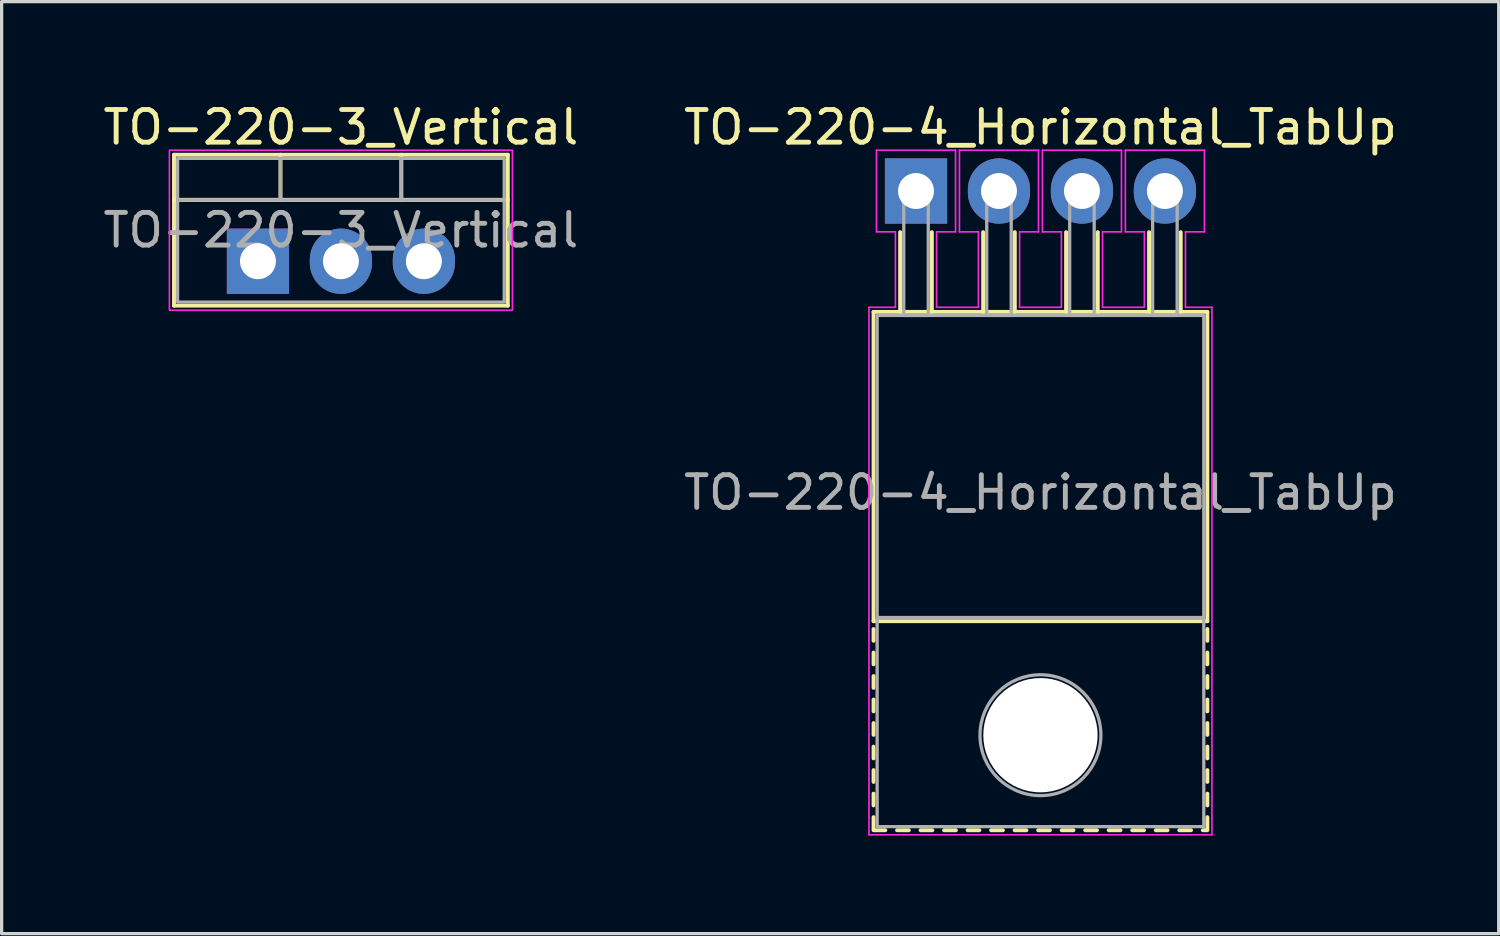
<source format=kicad_pcb>
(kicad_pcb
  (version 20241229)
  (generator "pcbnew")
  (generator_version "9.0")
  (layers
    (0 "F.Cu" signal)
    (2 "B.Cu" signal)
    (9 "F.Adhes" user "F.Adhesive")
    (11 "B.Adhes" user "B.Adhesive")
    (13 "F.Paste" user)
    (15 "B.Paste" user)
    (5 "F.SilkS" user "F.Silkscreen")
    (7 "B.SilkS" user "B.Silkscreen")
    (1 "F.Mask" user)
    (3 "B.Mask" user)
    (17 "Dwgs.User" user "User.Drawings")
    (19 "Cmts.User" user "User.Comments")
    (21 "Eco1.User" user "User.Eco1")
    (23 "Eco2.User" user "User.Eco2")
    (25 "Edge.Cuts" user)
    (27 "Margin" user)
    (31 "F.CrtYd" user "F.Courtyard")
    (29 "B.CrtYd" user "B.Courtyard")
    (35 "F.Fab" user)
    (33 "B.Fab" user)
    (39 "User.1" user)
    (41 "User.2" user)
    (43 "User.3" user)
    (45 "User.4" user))
  (footprint "TO-220-4_Horizontal_TabUp"
    (layer "F.Cu")
    (at 24.994 2.798)
    (property "Reference" "TO-220-4_Horizontal_TabUp" (at 3.81 -1.95 0) (layer "F.SilkS") (effects (font (size 1 1) (thickness 0.15))))
    (attr through_hole)
    (fp_line (start -1.3 3.7) (end -1.3 13.17) (stroke (width 0.12) (type solid)) (layer "F.SilkS"))
    (fp_line (start -1.3 3.7) (end 8.92 3.7) (stroke (width 0.12) (type solid)) (layer "F.SilkS"))
    (fp_line (start -1.3 13.17) (end 8.92 13.17) (stroke (width 0.12) (type solid)) (layer "F.SilkS"))
    (fp_line (start -1.3 13.41) (end -1.3 13.77) (stroke (width 0.12) (type solid)) (layer "F.SilkS"))
    (fp_line (start -1.3 14.13) (end -1.3 14.49) (stroke (width 0.12) (type solid)) (layer "F.SilkS"))
    (fp_line (start -1.3 14.85) (end -1.3 15.21) (stroke (width 0.12) (type solid)) (layer "F.SilkS"))
    (fp_line (start -1.3 15.57) (end -1.3 15.93) (stroke (width 0.12) (type solid)) (layer "F.SilkS"))
    (fp_line (start -1.3 16.29) (end -1.3 16.65) (stroke (width 0.12) (type solid)) (layer "F.SilkS"))
    (fp_line (start -1.3 17.01) (end -1.3 17.37) (stroke (width 0.12) (type solid)) (layer "F.SilkS"))
    (fp_line (start -1.3 17.73) (end -1.3 18.09) (stroke (width 0.12) (type solid)) (layer "F.SilkS"))
    (fp_line (start -1.3 18.45) (end -1.3 18.81) (stroke (width 0.12) (type solid)) (layer "F.SilkS"))
    (fp_line (start -1.3 19.17) (end -1.3 19.53) (stroke (width 0.12) (type solid)) (layer "F.SilkS"))
    (fp_line (start -1.3 19.57) (end -0.94 19.57) (stroke (width 0.12) (type solid)) (layer "F.SilkS"))
    (fp_line (start -0.58 19.57) (end -0.22 19.57) (stroke (width 0.12) (type solid)) (layer "F.SilkS"))
    (fp_line (start -0.485 3.7) (end -0.485 1.26) (stroke (width 0.12) (type solid)) (layer "F.SilkS"))
    (fp_line (start 0.14 19.57) (end 0.5 19.57) (stroke (width 0.12) (type solid)) (layer "F.SilkS"))
    (fp_line (start 0.485 3.7) (end 0.485 1.26) (stroke (width 0.12) (type solid)) (layer "F.SilkS"))
    (fp_line (start 0.86 19.57) (end 1.22 19.57) (stroke (width 0.12) (type solid)) (layer "F.SilkS"))
    (fp_line (start 1.58 19.57) (end 1.94 19.57) (stroke (width 0.12) (type solid)) (layer "F.SilkS"))
    (fp_line (start 2.055 3.7) (end 2.055 1.26) (stroke (width 0.12) (type solid)) (layer "F.SilkS"))
    (fp_line (start 2.3 19.57) (end 2.66 19.57) (stroke (width 0.12) (type solid)) (layer "F.SilkS"))
    (fp_line (start 3.02 19.57) (end 3.38 19.57) (stroke (width 0.12) (type solid)) (layer "F.SilkS"))
    (fp_line (start 3.025 3.7) (end 3.025 1.26) (stroke (width 0.12) (type solid)) (layer "F.SilkS"))
    (fp_line (start 3.74 19.57) (end 4.1 19.57) (stroke (width 0.12) (type solid)) (layer "F.SilkS"))
    (fp_line (start 4.46 19.57) (end 4.82 19.57) (stroke (width 0.12) (type solid)) (layer "F.SilkS"))
    (fp_line (start 4.595 3.7) (end 4.595 1.26) (stroke (width 0.12) (type solid)) (layer "F.SilkS"))
    (fp_line (start 5.18 19.57) (end 5.54 19.57) (stroke (width 0.12) (type solid)) (layer "F.SilkS"))
    (fp_line (start 5.565 3.7) (end 5.565 1.26) (stroke (width 0.12) (type solid)) (layer "F.SilkS"))
    (fp_line (start 5.9 19.57) (end 6.26 19.57) (stroke (width 0.12) (type solid)) (layer "F.SilkS"))
    (fp_line (start 6.62 19.57) (end 6.98 19.57) (stroke (width 0.12) (type solid)) (layer "F.SilkS"))
    (fp_line (start 7.135 3.7) (end 7.135 1.26) (stroke (width 0.12) (type solid)) (layer "F.SilkS"))
    (fp_line (start 7.34 19.57) (end 7.7 19.57) (stroke (width 0.12) (type solid)) (layer "F.SilkS"))
    (fp_line (start 8.06 19.57) (end 8.42 19.57) (stroke (width 0.12) (type solid)) (layer "F.SilkS"))
    (fp_line (start 8.105 3.7) (end 8.105 1.26) (stroke (width 0.12) (type solid)) (layer "F.SilkS"))
    (fp_line (start 8.78 19.57) (end 8.92 19.57) (stroke (width 0.12) (type solid)) (layer "F.SilkS"))
    (fp_line (start 8.92 3.7) (end 8.92 13.17) (stroke (width 0.12) (type solid)) (layer "F.SilkS"))
    (fp_line (start 8.92 13.41) (end 8.92 13.77) (stroke (width 0.12) (type solid)) (layer "F.SilkS"))
    (fp_line (start 8.92 14.13) (end 8.92 14.49) (stroke (width 0.12) (type solid)) (layer "F.SilkS"))
    (fp_line (start 8.92 14.85) (end 8.92 15.21) (stroke (width 0.12) (type solid)) (layer "F.SilkS"))
    (fp_line (start 8.92 15.57) (end 8.92 15.93) (stroke (width 0.12) (type solid)) (layer "F.SilkS"))
    (fp_line (start 8.92 16.29) (end 8.92 16.65) (stroke (width 0.12) (type solid)) (layer "F.SilkS"))
    (fp_line (start 8.92 17.01) (end 8.92 17.37) (stroke (width 0.12) (type solid)) (layer "F.SilkS"))
    (fp_line (start 8.92 17.73) (end 8.92 18.09) (stroke (width 0.12) (type solid)) (layer "F.SilkS"))
    (fp_line (start 8.92 18.45) (end 8.92 18.81) (stroke (width 0.12) (type solid)) (layer "F.SilkS"))
    (fp_line (start 8.92 19.17) (end 8.92 19.53) (stroke (width 0.12) (type solid)) (layer "F.SilkS"))
    (fp_line (start -1.44 3.56) (end -0.63 3.56) (stroke (width 0.05) (type solid)) (layer "F.CrtYd"))
    (fp_line (start -1.44 19.71) (end -1.44 3.56) (stroke (width 0.05) (type solid)) (layer "F.CrtYd"))
    (fp_line (start -1.21 -1.25) (end 1.21 -1.25) (stroke (width 0.05) (type solid)) (layer "F.CrtYd"))
    (fp_line (start -1.21 1.25) (end -1.21 -1.25) (stroke (width 0.05) (type solid)) (layer "F.CrtYd"))
    (fp_line (start -0.63 1.25) (end -1.21 1.25) (stroke (width 0.05) (type solid)) (layer "F.CrtYd"))
    (fp_line (start -0.63 3.56) (end -0.63 1.25) (stroke (width 0.05) (type solid)) (layer "F.CrtYd"))
    (fp_line (start 0.63 1.25) (end 0.63 3.56) (stroke (width 0.05) (type solid)) (layer "F.CrtYd"))
    (fp_line (start 0.63 3.56) (end 1.91 3.56) (stroke (width 0.05) (type solid)) (layer "F.CrtYd"))
    (fp_line (start 1.21 -1.25) (end 1.21 1.25) (stroke (width 0.05) (type solid)) (layer "F.CrtYd"))
    (fp_line (start 1.21 1.25) (end 0.63 1.25) (stroke (width 0.05) (type solid)) (layer "F.CrtYd"))
    (fp_line (start 1.33 -1.25) (end 3.75 -1.25) (stroke (width 0.05) (type solid)) (layer "F.CrtYd"))
    (fp_line (start 1.33 1.25) (end 1.33 -1.25) (stroke (width 0.05) (type solid)) (layer "F.CrtYd"))
    (fp_line (start 1.91 1.25) (end 1.33 1.25) (stroke (width 0.05) (type solid)) (layer "F.CrtYd"))
    (fp_line (start 1.91 3.56) (end 1.91 1.25) (stroke (width 0.05) (type solid)) (layer "F.CrtYd"))
    (fp_line (start 3.17 1.25) (end 3.17 3.56) (stroke (width 0.05) (type solid)) (layer "F.CrtYd"))
    (fp_line (start 3.17 3.56) (end 4.45 3.56) (stroke (width 0.05) (type solid)) (layer "F.CrtYd"))
    (fp_line (start 3.75 -1.25) (end 3.75 1.25) (stroke (width 0.05) (type solid)) (layer "F.CrtYd"))
    (fp_line (start 3.75 1.25) (end 3.17 1.25) (stroke (width 0.05) (type solid)) (layer "F.CrtYd"))
    (fp_line (start 3.87 -1.25) (end 6.29 -1.25) (stroke (width 0.05) (type solid)) (layer "F.CrtYd"))
    (fp_line (start 3.87 1.25) (end 3.87 -1.25) (stroke (width 0.05) (type solid)) (layer "F.CrtYd"))
    (fp_line (start 4.45 1.25) (end 3.87 1.25) (stroke (width 0.05) (type solid)) (layer "F.CrtYd"))
    (fp_line (start 4.45 3.56) (end 4.45 1.25) (stroke (width 0.05) (type solid)) (layer "F.CrtYd"))
    (fp_line (start 5.71 1.25) (end 5.71 3.56) (stroke (width 0.05) (type solid)) (layer "F.CrtYd"))
    (fp_line (start 5.71 3.56) (end 6.99 3.56) (stroke (width 0.05) (type solid)) (layer "F.CrtYd"))
    (fp_line (start 6.29 -1.25) (end 6.29 1.25) (stroke (width 0.05) (type solid)) (layer "F.CrtYd"))
    (fp_line (start 6.29 1.25) (end 5.71 1.25) (stroke (width 0.05) (type solid)) (layer "F.CrtYd"))
    (fp_line (start 6.41 -1.25) (end 8.83 -1.25) (stroke (width 0.05) (type solid)) (layer "F.CrtYd"))
    (fp_line (start 6.41 1.25) (end 6.41 -1.25) (stroke (width 0.05) (type solid)) (layer "F.CrtYd"))
    (fp_line (start 6.99 1.25) (end 6.41 1.25) (stroke (width 0.05) (type solid)) (layer "F.CrtYd"))
    (fp_line (start 6.99 3.56) (end 6.99 1.25) (stroke (width 0.05) (type solid)) (layer "F.CrtYd"))
    (fp_line (start 8.25 1.25) (end 8.25 3.56) (stroke (width 0.05) (type solid)) (layer "F.CrtYd"))
    (fp_line (start 8.25 3.56) (end 9.06 3.56) (stroke (width 0.05) (type solid)) (layer "F.CrtYd"))
    (fp_line (start 8.83 -1.25) (end 8.83 1.25) (stroke (width 0.05) (type solid)) (layer "F.CrtYd"))
    (fp_line (start 8.83 1.25) (end 8.25 1.25) (stroke (width 0.05) (type solid)) (layer "F.CrtYd"))
    (fp_line (start 9.06 3.56) (end 9.06 19.71) (stroke (width 0.05) (type solid)) (layer "F.CrtYd"))
    (fp_line (start 9.06 19.71) (end -1.44 19.71) (stroke (width 0.05) (type solid)) (layer "F.CrtYd"))
    (fp_rect (start -1.19 3.81) (end 8.81 13.06) (stroke (width 0.1) (type solid)) (fill no) (layer "F.Fab"))
    (fp_rect (start -1.19 13.06) (end 8.81 19.46) (stroke (width 0.1) (type solid)) (fill no) (layer "F.Fab"))
    (fp_rect (start -0.375 0) (end 0.375 3.81) (stroke (width 0.1) (type solid)) (fill no) (layer "F.Fab"))
    (fp_rect (start 2.165 0) (end 2.915 3.81) (stroke (width 0.1) (type solid)) (fill no) (layer "F.Fab"))
    (fp_rect (start 4.705 0) (end 5.455 3.81) (stroke (width 0.1) (type solid)) (fill no) (layer "F.Fab"))
    (fp_rect (start 7.245 0) (end 7.995 3.81) (stroke (width 0.1) (type solid)) (fill no) (layer "F.Fab"))
    (fp_circle (center 3.81 16.66) (end 5.66 16.66) (stroke (width 0.1) (type solid)) (fill no) (layer "F.Fab"))
    (fp_text user "${REFERENCE}" (at 3.81 9.23 0) (layer "F.Fab") (effects (font (size 1 1) (thickness 0.15))))
    (pad "" np_thru_hole circle (at 3.81 16.66) (size 3.5 3.5) (drill 3.5) (layers "*.Cu" "*.Mask"))
    (pad "1" thru_hole rect (at 0 0) (size 1.905 2) (drill 1.1) (layers "*.Cu" "*.Mask"))
    (pad "2" thru_hole oval (at 2.54 0) (size 1.905 2) (drill 1.1) (layers "*.Cu" "*.Mask"))
    (pad "3" thru_hole oval (at 5.08 0) (size 1.905 2) (drill 1.1) (layers "*.Cu" "*.Mask"))
    (pad "4" thru_hole oval (at 7.62 0) (size 1.905 2) (drill 1.1) (layers "*.Cu" "*.Mask")))
  (footprint "TO-220-3_Vertical"
    (layer "F.Cu")
    (at 4.847 4.948)
    (property "Reference" "TO-220-3_Vertical" (at 2.54 -4.1 0) (layer "F.SilkS") (effects (font (size 1 1) (thickness 0.15))))
    (attr through_hole)
    (fp_line (start -2.57 -3.26) (end 7.65 -3.26) (stroke (width 0.12) (type solid)) (layer "F.SilkS"))
    (fp_line (start -2.57 -1.88) (end 7.65 -1.88) (stroke (width 0.12) (type solid)) (layer "F.SilkS"))
    (fp_line (start -2.57 1.36) (end -2.57 -3.26) (stroke (width 0.12) (type solid)) (layer "F.SilkS"))
    (fp_line (start 0.69 -3.26) (end 0.69 -1.88) (stroke (width 0.12) (type solid)) (layer "F.SilkS"))
    (fp_line (start 4.39 -3.26) (end 4.39 -1.88) (stroke (width 0.12) (type solid)) (layer "F.SilkS"))
    (fp_line (start 7.65 -3.26) (end 7.65 1.36) (stroke (width 0.12) (type solid)) (layer "F.SilkS"))
    (fp_line (start 7.65 1.36) (end -2.57 1.36) (stroke (width 0.12) (type solid)) (layer "F.SilkS"))
    (fp_rect (start -2.71 -3.4) (end 7.79 1.5) (stroke (width 0.05) (type solid)) (fill no) (layer "F.CrtYd"))
    (fp_line (start -2.46 -1.88) (end 7.54 -1.88) (stroke (width 0.1) (type solid)) (layer "F.Fab"))
    (fp_line (start 0.69 -3.15) (end 0.69 -1.88) (stroke (width 0.1) (type solid)) (layer "F.Fab"))
    (fp_line (start 4.39 -3.15) (end 4.39 -1.88) (stroke (width 0.1) (type solid)) (layer "F.Fab"))
    (fp_rect (start -2.46 -3.15) (end 7.54 1.25) (stroke (width 0.1) (type solid)) (fill no) (layer "F.Fab"))
    (fp_text user "${REFERENCE}" (at 2.54 -0.95 0) (layer "F.Fab") (effects (font (size 1 1) (thickness 0.15))))
    (pad "1" thru_hole rect (at 0 0) (size 1.905 2) (drill 1.1) (layers "*.Cu" "*.Mask"))
    (pad "2" thru_hole oval (at 2.54 0) (size 1.905 2) (drill 1.1) (layers "*.Cu" "*.Mask"))
    (pad "3" thru_hole oval (at 5.08 0) (size 1.905 2) (drill 1.1) (layers "*.Cu" "*.Mask")))
  (gr_rect
    (start -3 -3)
    (end 42.833 25.533)
    (stroke (width 0.1) (type default))
    (fill no)
    (layer "Edge.Cuts")))
</source>
